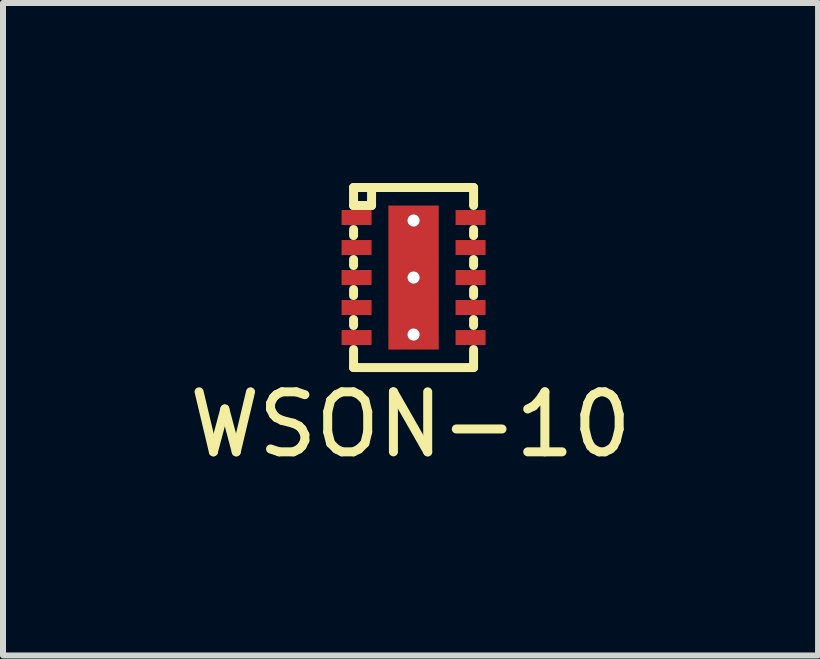
<source format=kicad_pcb>
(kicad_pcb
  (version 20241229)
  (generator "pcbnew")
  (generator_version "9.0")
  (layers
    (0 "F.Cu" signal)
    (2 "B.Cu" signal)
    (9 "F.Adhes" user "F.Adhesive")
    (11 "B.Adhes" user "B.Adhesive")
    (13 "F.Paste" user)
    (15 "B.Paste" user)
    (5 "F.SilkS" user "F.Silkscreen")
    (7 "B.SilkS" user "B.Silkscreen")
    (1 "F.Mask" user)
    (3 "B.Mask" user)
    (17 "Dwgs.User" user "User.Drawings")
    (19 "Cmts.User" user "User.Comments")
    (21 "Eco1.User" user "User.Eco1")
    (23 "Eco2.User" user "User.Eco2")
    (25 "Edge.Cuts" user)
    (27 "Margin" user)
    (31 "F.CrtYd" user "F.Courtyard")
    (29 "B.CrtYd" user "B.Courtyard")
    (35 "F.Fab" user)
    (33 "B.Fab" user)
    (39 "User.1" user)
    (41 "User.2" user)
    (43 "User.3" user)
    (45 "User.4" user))
  (footprint "WSON-10"
    (layer "F.Cu")
    (at 2.892 0.575)
    (property "Reference" "WSON-10" (at 0.9 3.45 0) (layer "F.SilkS") (effects (font (size 1 1) (thickness 0.15))))
    (attr through_hole)
    (fp_line (start -0.05 -0.5) (end 1.95 -0.5) (stroke (width 0.15) (type solid)) (layer "F.SilkS"))
    (fp_line (start -0.05 -0.2) (end -0.05 -0.5) (stroke (width 0.15) (type solid)) (layer "F.SilkS"))
    (fp_line (start -0.05 0.3) (end -0.05 0.2) (stroke (width 0.15) (type solid)) (layer "F.SilkS"))
    (fp_line (start -0.05 0.8) (end -0.05 0.7) (stroke (width 0.15) (type solid)) (layer "F.SilkS"))
    (fp_line (start -0.05 1.3) (end -0.05 1.2) (stroke (width 0.15) (type solid)) (layer "F.SilkS"))
    (fp_line (start -0.05 1.8) (end -0.05 1.7) (stroke (width 0.15) (type solid)) (layer "F.SilkS"))
    (fp_line (start -0.05 2.5) (end -0.05 2.2) (stroke (width 0.15) (type solid)) (layer "F.SilkS"))
    (fp_line (start 0.25 -0.5) (end 0.25 -0.2) (stroke (width 0.15) (type solid)) (layer "F.SilkS"))
    (fp_line (start 0.25 -0.2) (end -0.05 -0.2) (stroke (width 0.15) (type solid)) (layer "F.SilkS"))
    (fp_line (start 1.95 -0.5) (end 1.95 -0.2) (stroke (width 0.15) (type solid)) (layer "F.SilkS"))
    (fp_line (start 1.95 0.2) (end 1.95 0.3) (stroke (width 0.15) (type solid)) (layer "F.SilkS"))
    (fp_line (start 1.95 0.7) (end 1.95 0.8) (stroke (width 0.15) (type solid)) (layer "F.SilkS"))
    (fp_line (start 1.95 1.2) (end 1.95 1.3) (stroke (width 0.15) (type solid)) (layer "F.SilkS"))
    (fp_line (start 1.95 1.7) (end 1.95 1.8) (stroke (width 0.15) (type solid)) (layer "F.SilkS"))
    (fp_line (start 1.95 2.2) (end 1.95 2.5) (stroke (width 0.15) (type solid)) (layer "F.SilkS"))
    (fp_line (start 1.95 2.5) (end -0.05 2.5) (stroke (width 0.15) (type solid)) (layer "F.SilkS"))
    (pad "" smd rect (at 0.95 0.4) (size 0.84 1) (layers "F.Paste"))
    (pad "" smd rect (at 0.95 1.6) (size 0.84 1) (layers "F.Paste"))
    (pad "1" smd rect (at 0 0) (size 0.5 0.25) (layers "F.Cu" "F.Mask" "F.Paste"))
    (pad "2" smd rect (at 0 0.5) (size 0.5 0.25) (layers "F.Cu" "F.Mask" "F.Paste"))
    (pad "3" smd rect (at 0 1) (size 0.5 0.25) (layers "F.Cu" "F.Mask" "F.Paste"))
    (pad "4" smd rect (at 0 1.5) (size 0.5 0.25) (layers "F.Cu" "F.Mask" "F.Paste"))
    (pad "5" smd rect (at 0 2) (size 0.5 0.25) (layers "F.Cu" "F.Mask" "F.Paste"))
    (pad "6" smd rect (at 1.9 2) (size 0.5 0.25) (layers "F.Cu" "F.Mask" "F.Paste"))
    (pad "7" smd rect (at 1.9 1.5) (size 0.5 0.25) (layers "F.Cu" "F.Mask" "F.Paste"))
    (pad "8" smd rect (at 1.9 1) (size 0.5 0.25) (layers "F.Cu" "F.Mask" "F.Paste"))
    (pad "9" smd rect (at 1.9 0.5) (size 0.5 0.25) (layers "F.Cu" "F.Mask" "F.Paste"))
    (pad "10" smd rect (at 1.9 0) (size 0.5 0.25) (layers "F.Cu" "F.Mask" "F.Paste"))
    (pad "11" thru_hole circle (at 0.95 0.05) (size 0.2 0.2) (drill 0.2) (layers "*.Cu"))
    (pad "11" thru_hole circle (at 0.95 1) (size 0.2 0.2) (drill 0.2) (layers "*.Cu"))
    (pad "11" smd rect (at 0.95 1) (size 0.84 2.4) (layers "F.Cu" "F.Mask"))
    (pad "11" thru_hole circle (at 0.95 1.95) (size 0.2 0.2) (drill 0.2) (layers "*.Cu")))
  (gr_rect
    (start -3 -3)
    (end 10.583 7.873)
    (stroke (width 0.1) (type default))
    (fill no)
    (layer "Edge.Cuts")))
</source>
